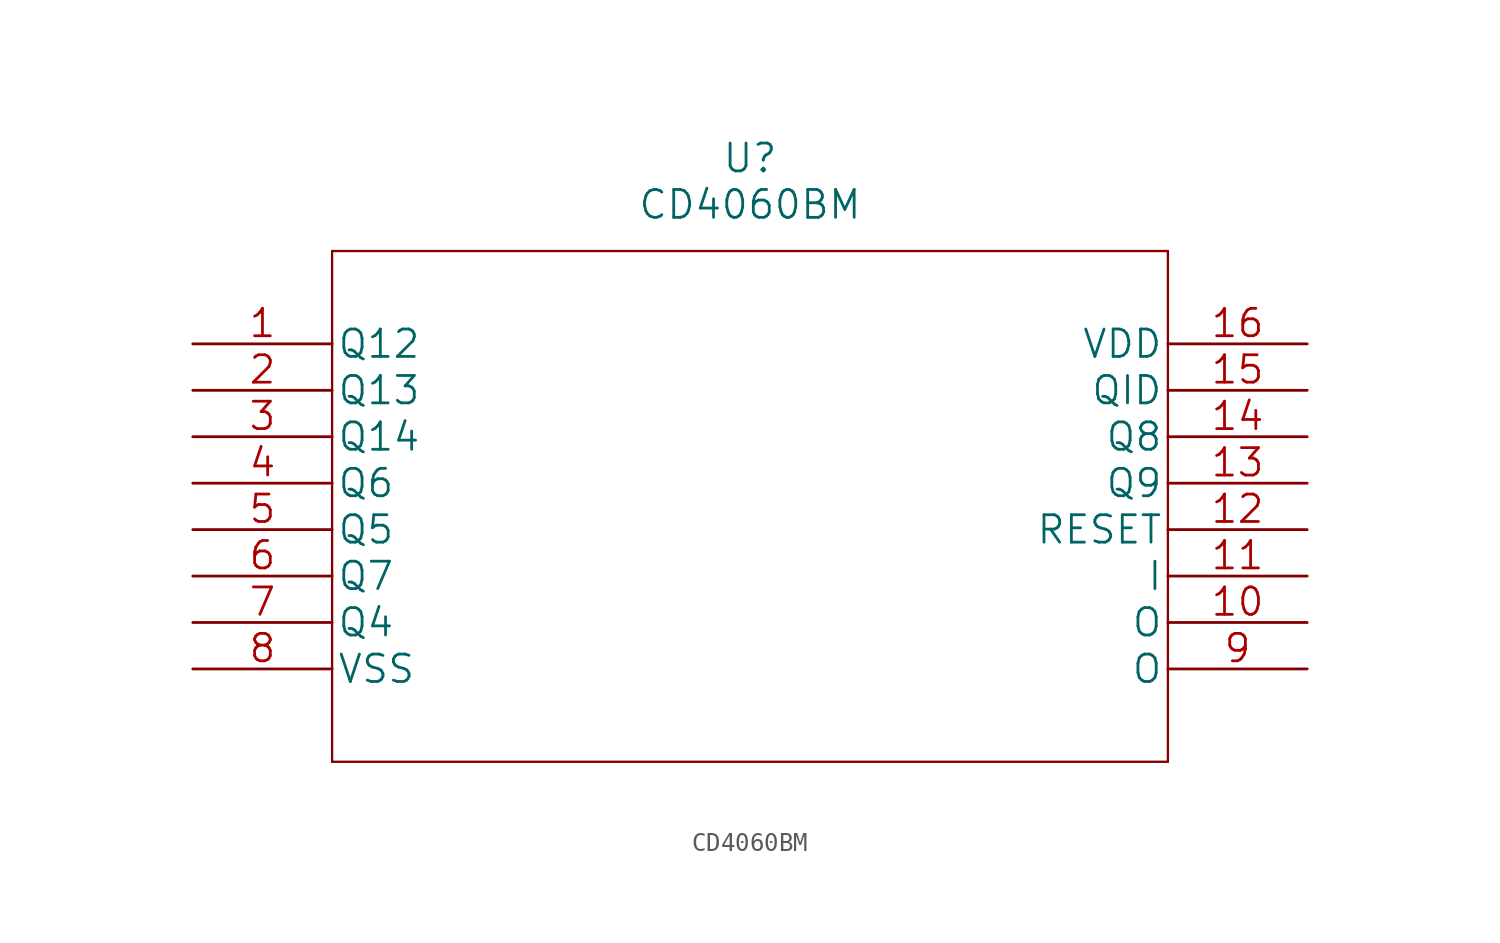
<source format=kicad_sym>
(kicad_symbol_lib
  (version 20211014)
  (generator kicad_symbol_editor)
  (symbol "CD4060BM"
    (pin_names
      (offset 0.254))
    (property "Reference" "U"
      (at 30.48 10.16 0)
      (effects (font (size 1.524 1.524))))
    (property "Value" "CD4060BM"
      (at 30.48 7.62 0)
      (effects (font (size 1.524 1.524))))
    (property "Datasheet" ""
      (at 0 0 0)
      (effects (font (size 1.524 1.524))))
    (symbol "CD4060BM_1_1"
      (polyline (pts (xy 7.62 -22.86) (xy 53.34 -22.86)) (stroke (width 0.127) (type default) (color 0 0 0 0)) (fill (type none)))
      (polyline (pts (xy 7.62 5.08) (xy 7.62 -22.86)) (stroke (width 0.127) (type default) (color 0 0 0 0)) (fill (type none)))
      (polyline (pts (xy 53.34 -22.86) (xy 53.34 5.08)) (stroke (width 0.127) (type default) (color 0 0 0 0)) (fill (type none)))
      (polyline (pts (xy 53.34 5.08) (xy 7.62 5.08)) (stroke (width 0.127) (type default) (color 0 0 0 0)) (fill (type none)))
      (pin output line (at 0 0 0) (length 7.62) (name "Q12" (effects (font (size 1.499 1.499)))) (number "1" (effects (font (size 1.499 1.499)))))
      (pin output line (at 60.96 -15.24 180) (length 7.62) (name "O" (effects (font (size 1.499 1.499)))) (number "10" (effects (font (size 1.499 1.499)))))
      (pin input line (at 60.96 -12.7 180) (length 7.62) (name "I" (effects (font (size 1.499 1.499)))) (number "11" (effects (font (size 1.499 1.499)))))
      (pin passive line (at 60.96 -10.16 180) (length 7.62) (name "RESET" (effects (font (size 1.499 1.499)))) (number "12" (effects (font (size 1.499 1.499)))))
      (pin output line (at 60.96 -7.62 180) (length 7.62) (name "Q9" (effects (font (size 1.499 1.499)))) (number "13" (effects (font (size 1.499 1.499)))))
      (pin output line (at 60.96 -5.08 180) (length 7.62) (name "Q8" (effects (font (size 1.499 1.499)))) (number "14" (effects (font (size 1.499 1.499)))))
      (pin output line (at 60.96 -2.54 180) (length 7.62) (name "QID" (effects (font (size 1.499 1.499)))) (number "15" (effects (font (size 1.499 1.499)))))
      (pin power_in line (at 60.96 0 180) (length 7.62) (name "VDD" (effects (font (size 1.499 1.499)))) (number "16" (effects (font (size 1.499 1.499)))))
      (pin output line (at 0 -2.54 0) (length 7.62) (name "Q13" (effects (font (size 1.499 1.499)))) (number "2" (effects (font (size 1.499 1.499)))))
      (pin output line (at 0 -5.08 0) (length 7.62) (name "Q14" (effects (font (size 1.499 1.499)))) (number "3" (effects (font (size 1.499 1.499)))))
      (pin output line (at 0 -7.62 0) (length 7.62) (name "Q6" (effects (font (size 1.499 1.499)))) (number "4" (effects (font (size 1.499 1.499)))))
      (pin output line (at 0 -10.16 0) (length 7.62) (name "Q5" (effects (font (size 1.499 1.499)))) (number "5" (effects (font (size 1.499 1.499)))))
      (pin output line (at 0 -12.7 0) (length 7.62) (name "Q7" (effects (font (size 1.499 1.499)))) (number "6" (effects (font (size 1.499 1.499)))))
      (pin bidirectional line (at 0 -15.24 0) (length 7.62) (name "Q4" (effects (font (size 1.499 1.499)))) (number "7" (effects (font (size 1.499 1.499)))))
      (pin power_in line (at 0 -17.78 0) (length 7.62) (name "VSS" (effects (font (size 1.499 1.499)))) (number "8" (effects (font (size 1.499 1.499)))))
      (pin output line (at 60.96 -17.78 180) (length 7.62) (name "O" (effects (font (size 1.499 1.499)))) (number "9" (effects (font (size 1.499 1.499))))))))
</source>
